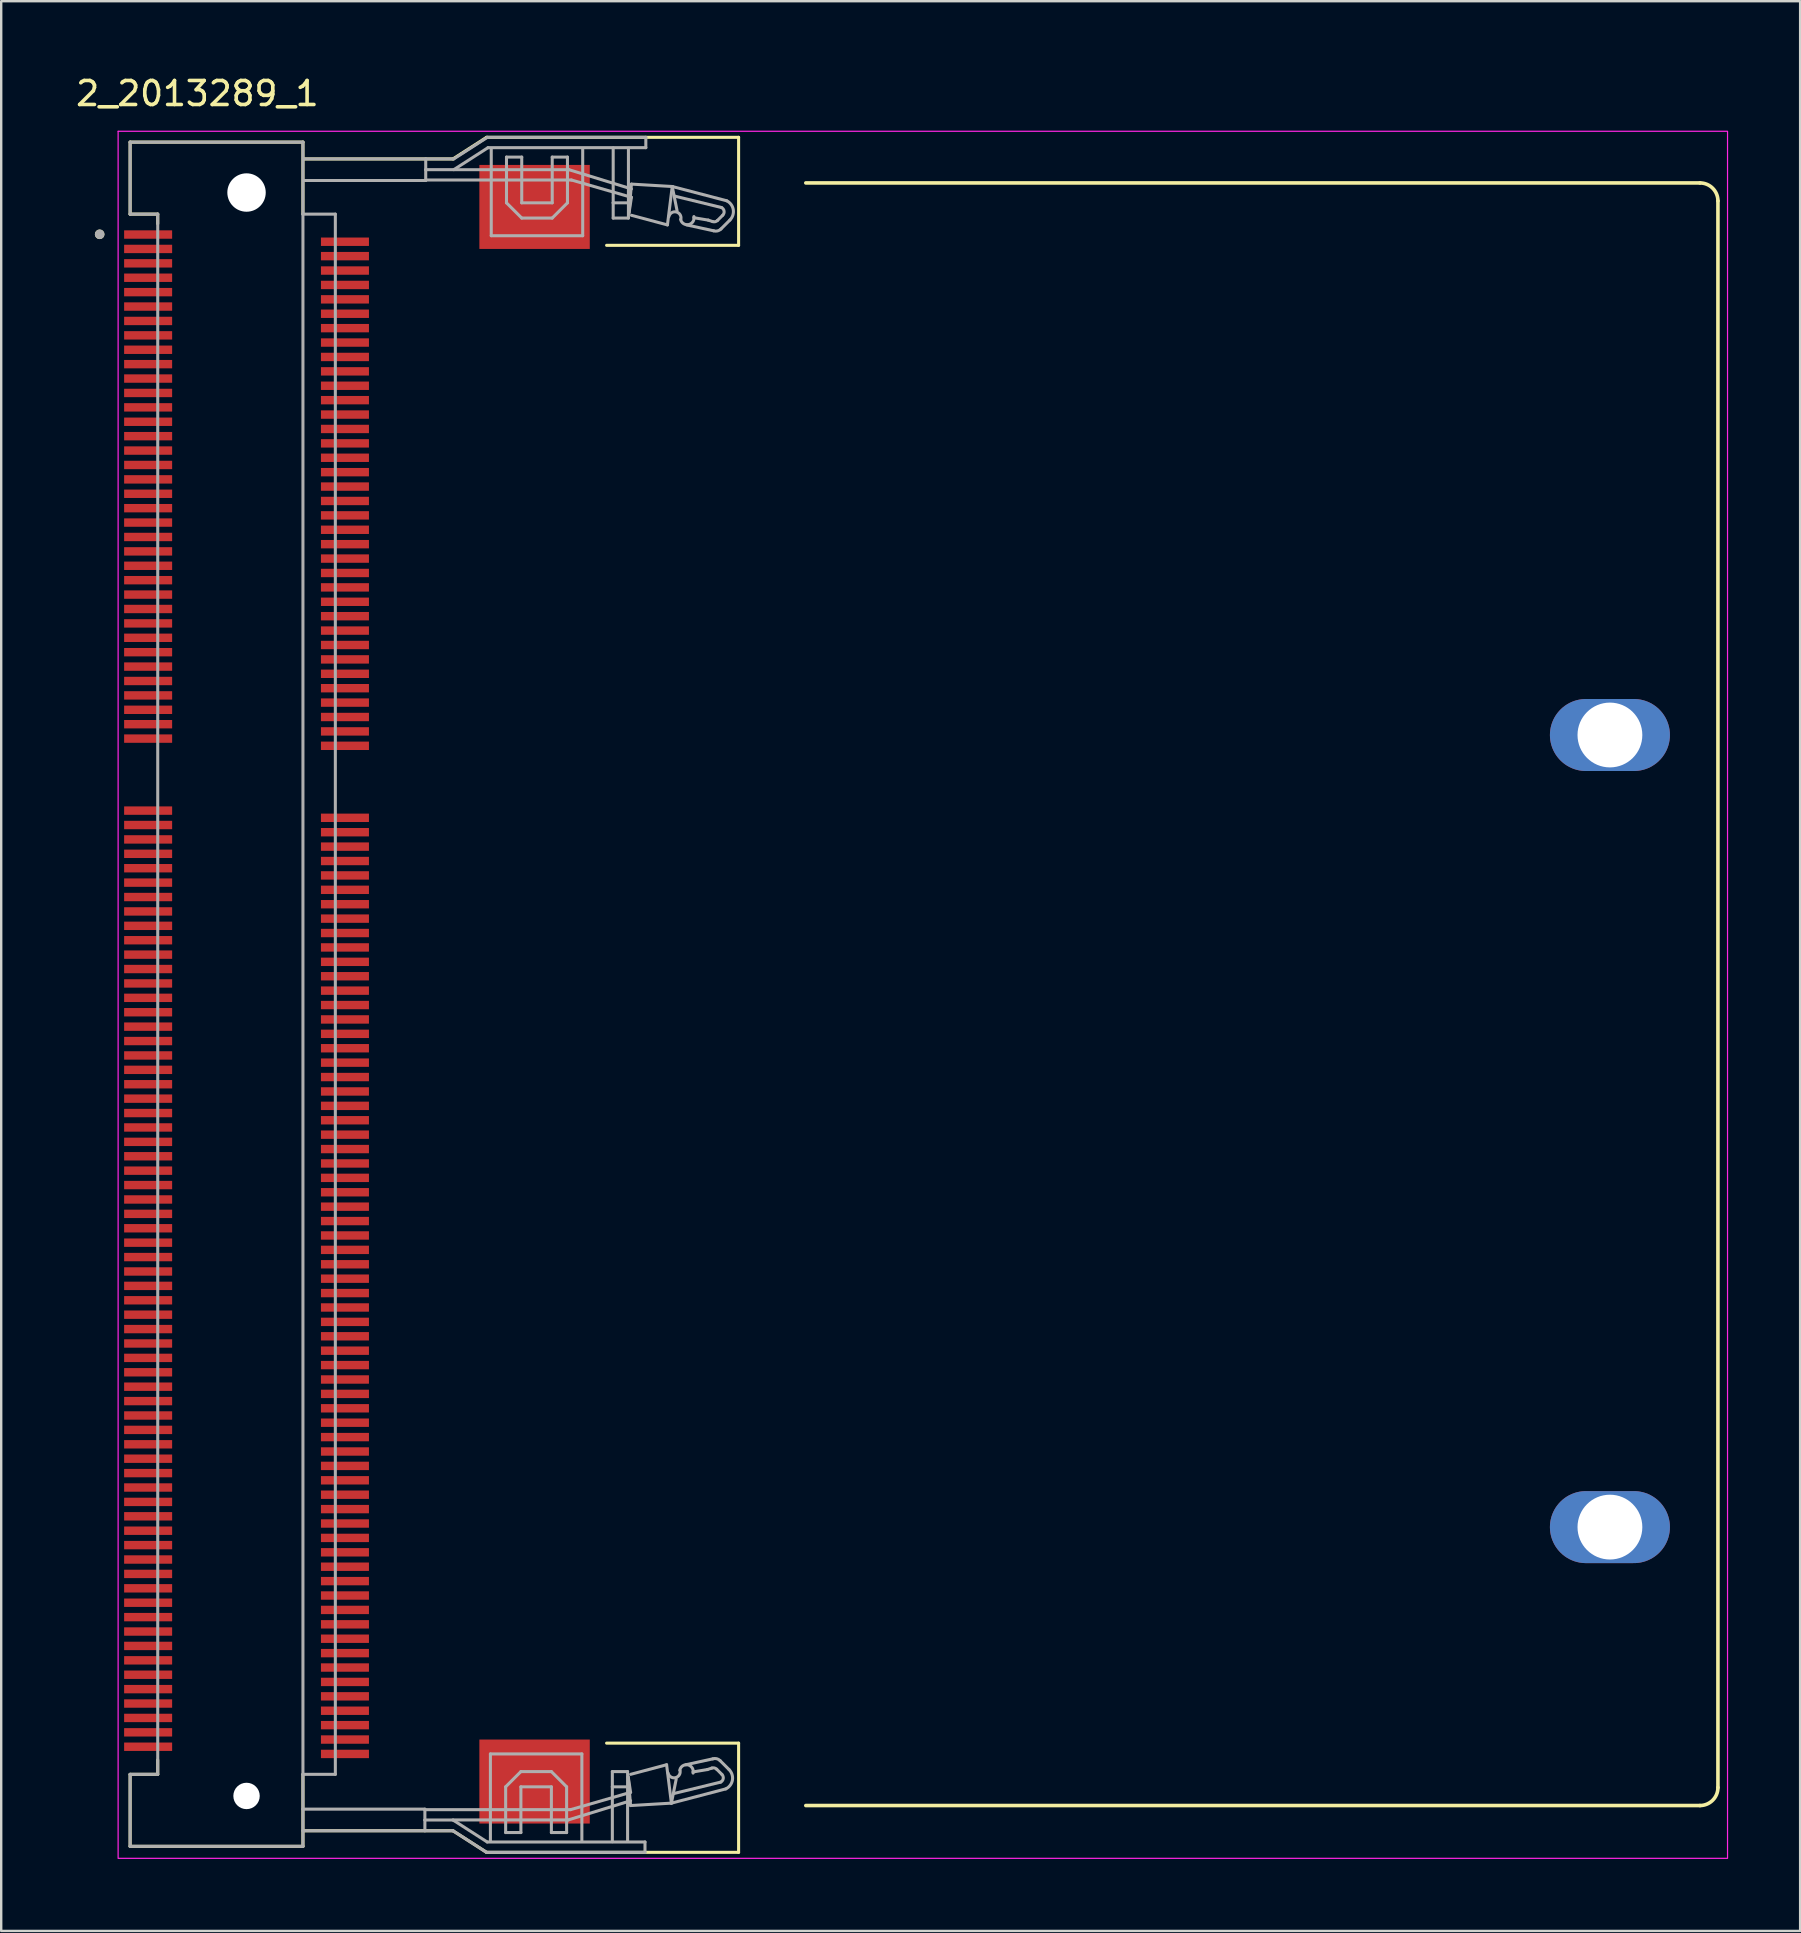
<source format=kicad_pcb>
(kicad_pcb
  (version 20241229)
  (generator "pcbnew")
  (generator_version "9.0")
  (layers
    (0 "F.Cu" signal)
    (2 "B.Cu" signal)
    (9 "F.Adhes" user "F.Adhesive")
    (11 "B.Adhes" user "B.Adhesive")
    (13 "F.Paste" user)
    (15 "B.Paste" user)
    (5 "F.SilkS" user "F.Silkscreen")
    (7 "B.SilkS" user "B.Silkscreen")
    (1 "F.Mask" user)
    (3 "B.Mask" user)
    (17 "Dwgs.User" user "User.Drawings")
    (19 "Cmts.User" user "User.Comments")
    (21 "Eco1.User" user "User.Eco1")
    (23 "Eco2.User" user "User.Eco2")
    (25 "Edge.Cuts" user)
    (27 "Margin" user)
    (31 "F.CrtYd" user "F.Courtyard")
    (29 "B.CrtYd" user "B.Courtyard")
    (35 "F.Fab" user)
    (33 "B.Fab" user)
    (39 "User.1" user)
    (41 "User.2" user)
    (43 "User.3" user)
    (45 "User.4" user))
  (footprint "2_2013289_1"
    (layer "F.Cu")
    (at 7.221 38.371)
    (property "Reference" "2_2013289_1" (at -2.049 -37.523 0) (layer "F.SilkS") (effects (font (size 1 1) (thickness 0.15))))
    (attr smd)
    (fp_line (start -4.85 -35.5) (end -4.85 -32.5) (stroke (width 0.127) (type solid)) (layer "F.SilkS"))
    (fp_line (start -4.85 -32.5) (end -3.7 -32.5) (stroke (width 0.127) (type solid)) (layer "F.SilkS"))
    (fp_line (start -4.85 32.5) (end -4.85 35.5) (stroke (width 0.127) (type solid)) (layer "F.SilkS"))
    (fp_line (start -4.85 35.5) (end 2.35 35.5) (stroke (width 0.127) (type solid)) (layer "F.SilkS"))
    (fp_line (start -3.7 -32.5) (end -3.7 -32.1) (stroke (width 0.127) (type solid)) (layer "F.SilkS"))
    (fp_line (start -3.7 31.9) (end -3.7 32.5) (stroke (width 0.127) (type solid)) (layer "F.SilkS"))
    (fp_line (start -3.7 32.5) (end -4.85 32.5) (stroke (width 0.127) (type solid)) (layer "F.SilkS"))
    (fp_line (start 2.35 -35.5) (end -4.85 -35.5) (stroke (width 0.127) (type solid)) (layer "F.SilkS"))
    (fp_line (start 2.35 -32.5) (end 2.35 -35.5) (stroke (width 0.127) (type solid)) (layer "F.SilkS"))
    (fp_line (start 2.35 35.5) (end 2.35 32.5) (stroke (width 0.127) (type solid)) (layer "F.SilkS"))
    (fp_line (start 2.4 -34.8) (end 8.6 -34.8) (stroke (width 0.127) (type solid)) (layer "F.SilkS"))
    (fp_line (start 2.4 34.85) (end 8.6 34.85) (stroke (width 0.127) (type solid)) (layer "F.SilkS"))
    (fp_line (start 8.6 -34.8) (end 10 -35.7) (stroke (width 0.127) (type solid)) (layer "F.SilkS"))
    (fp_line (start 8.6 34.85) (end 10 35.75) (stroke (width 0.127) (type solid)) (layer "F.SilkS"))
    (fp_line (start 10 -35.7) (end 20.5 -35.7) (stroke (width 0.127) (type solid)) (layer "F.SilkS"))
    (fp_line (start 10 35.75) (end 20.5 35.75) (stroke (width 0.127) (type solid)) (layer "F.SilkS"))
    (fp_line (start 20.5 -35.7) (end 20.5 -31.2) (stroke (width 0.127) (type solid)) (layer "F.SilkS"))
    (fp_line (start 20.5 -31.2) (end 15 -31.2) (stroke (width 0.127) (type solid)) (layer "F.SilkS"))
    (fp_line (start 20.5 31.2) (end 15 31.2) (stroke (width 0.127) (type solid)) (layer "F.SilkS"))
    (fp_line (start 20.5 35.75) (end 20.5 31.2) (stroke (width 0.127) (type solid)) (layer "F.SilkS"))
    (fp_line (start 23.3 33.8) (end 60.55 33.8) (stroke (width 0.15) (type solid)) (layer "F.SilkS"))
    (fp_line (start 60.55 -33.8) (end 23.3 -33.8) (stroke (width 0.15) (type solid)) (layer "F.SilkS"))
    (fp_line (start 61.3 33.05) (end 61.3 -33.05) (stroke (width 0.15) (type solid)) (layer "F.SilkS"))
    (fp_arc (start 60.55 -33.8) (mid 61.079867 -33.580793) (end 61.299999 -33.051309) (stroke (width 0.15) (type solid)) (layer "F.SilkS"))
    (fp_arc (start 61.3 33.05) (mid 61.08033 33.58033) (end 60.55 33.8) (stroke (width 0.15) (type solid)) (layer "F.SilkS"))
    (fp_circle (center -6.119 -31.66) (end -6.019 -31.66) (stroke (width 0.2) (type solid)) (fill no) (layer "F.SilkS"))
    (fp_line (start -5.35 -35.95) (end -5.35 -35.951) (stroke (width 0.05) (type solid)) (layer "F.CrtYd"))
    (fp_rect (start -5.35 -35.951) (end 61.7 36) (stroke (width 0.05) (type default)) (fill no) (layer "F.CrtYd"))
    (fp_line (start -4.85 -35.5) (end -4.85 -32.5) (stroke (width 0.127) (type solid)) (layer "F.Fab"))
    (fp_line (start -4.85 -32.5) (end -3.7 -32.5) (stroke (width 0.127) (type solid)) (layer "F.Fab"))
    (fp_line (start -4.85 32.5) (end -4.85 35.5) (stroke (width 0.127) (type solid)) (layer "F.Fab"))
    (fp_line (start -4.85 35.5) (end 2.35 35.5) (stroke (width 0.127) (type solid)) (layer "F.Fab"))
    (fp_line (start -3.7 -32.5) (end -3.7 32.5) (stroke (width 0.127) (type solid)) (layer "F.Fab"))
    (fp_line (start -3.7 32.5) (end -4.85 32.5) (stroke (width 0.127) (type solid)) (layer "F.Fab"))
    (fp_line (start 2.35 -35.5) (end -4.85 -35.5) (stroke (width 0.127) (type solid)) (layer "F.Fab"))
    (fp_line (start 2.35 -32.5) (end 2.35 -35.5) (stroke (width 0.127) (type solid)) (layer "F.Fab"))
    (fp_line (start 2.35 -32.5) (end 3.7 -32.5) (stroke (width 0.127) (type solid)) (layer "F.Fab"))
    (fp_line (start 2.35 32.5) (end 2.35 -32.5) (stroke (width 0.127) (type solid)) (layer "F.Fab"))
    (fp_line (start 2.35 33.95) (end 2.35 32.5) (stroke (width 0.127) (type solid)) (layer "F.Fab"))
    (fp_line (start 2.35 33.95) (end 7.43 33.95) (stroke (width 0.127) (type solid)) (layer "F.Fab"))
    (fp_line (start 2.35 34.85) (end 2.35 33.95) (stroke (width 0.127) (type solid)) (layer "F.Fab"))
    (fp_line (start 2.35 34.85) (end 7.43 34.85) (stroke (width 0.127) (type solid)) (layer "F.Fab"))
    (fp_line (start 2.35 35.5) (end 2.35 34.85) (stroke (width 0.127) (type solid)) (layer "F.Fab"))
    (fp_line (start 2.385 -34.801) (end 7.465 -34.801) (stroke (width 0.127) (type solid)) (layer "F.Fab"))
    (fp_line (start 2.385 -33.901) (end 7.465 -33.901) (stroke (width 0.127) (type solid)) (layer "F.Fab"))
    (fp_line (start 3.7 -32.5) (end 3.7 32.5) (stroke (width 0.127) (type solid)) (layer "F.Fab"))
    (fp_line (start 3.7 32.5) (end 2.35 32.5) (stroke (width 0.127) (type solid)) (layer "F.Fab"))
    (fp_line (start 7.42 33.971) (end 13.5 33.971) (stroke (width 0.127) (type solid)) (layer "F.Fab"))
    (fp_line (start 7.43 34.402) (end 7.43 33.95) (stroke (width 0.127) (type solid)) (layer "F.Fab"))
    (fp_line (start 7.43 34.402) (end 8.6 34.402) (stroke (width 0.127) (type solid)) (layer "F.Fab"))
    (fp_line (start 7.43 34.85) (end 7.43 34.402) (stroke (width 0.127) (type solid)) (layer "F.Fab"))
    (fp_line (start 7.43 34.85) (end 8.6 34.85) (stroke (width 0.127) (type solid)) (layer "F.Fab"))
    (fp_line (start 7.455 -33.922) (end 13.535 -33.922) (stroke (width 0.127) (type solid)) (layer "F.Fab"))
    (fp_line (start 7.465 -34.801) (end 7.465 -34.353) (stroke (width 0.127) (type solid)) (layer "F.Fab"))
    (fp_line (start 7.465 -34.801) (end 8.635 -34.801) (stroke (width 0.127) (type solid)) (layer "F.Fab"))
    (fp_line (start 7.465 -34.353) (end 7.465 -33.901) (stroke (width 0.127) (type solid)) (layer "F.Fab"))
    (fp_line (start 7.465 -34.353) (end 8.635 -34.353) (stroke (width 0.127) (type solid)) (layer "F.Fab"))
    (fp_line (start 8.6 34.4) (end 13.4 34.4) (stroke (width 0.127) (type solid)) (layer "F.Fab"))
    (fp_line (start 8.6 34.85) (end 10 35.75) (stroke (width 0.127) (type solid)) (layer "F.Fab"))
    (fp_line (start 8.625 34.418) (end 10.025 35.318) (stroke (width 0.127) (type solid)) (layer "F.Fab"))
    (fp_line (start 8.635 -34.801) (end 10.035 -35.701) (stroke (width 0.127) (type solid)) (layer "F.Fab"))
    (fp_line (start 8.635 -34.351) (end 13.435 -34.351) (stroke (width 0.127) (type solid)) (layer "F.Fab"))
    (fp_line (start 8.66 -34.369) (end 10.06 -35.269) (stroke (width 0.127) (type solid)) (layer "F.Fab"))
    (fp_line (start 10 35.75) (end 16.6 35.75) (stroke (width 0.127) (type solid)) (layer "F.Fab"))
    (fp_line (start 10.025 35.318) (end 16.6 35.318) (stroke (width 0.127) (type solid)) (layer "F.Fab"))
    (fp_line (start 10.035 -35.701) (end 16.635 -35.701) (stroke (width 0.127) (type solid)) (layer "F.Fab"))
    (fp_line (start 10.06 -35.269) (end 16.635 -35.269) (stroke (width 0.127) (type solid)) (layer "F.Fab"))
    (fp_line (start 10.16 31.65) (end 13.97 31.65) (stroke (width 0.127) (type solid)) (layer "F.Fab"))
    (fp_line (start 10.16 35.267) (end 10.16 31.65) (stroke (width 0.127) (type solid)) (layer "F.Fab"))
    (fp_line (start 10.195 -35.218) (end 10.195 -31.601) (stroke (width 0.127) (type solid)) (layer "F.Fab"))
    (fp_line (start 10.195 -31.601) (end 14.005 -31.601) (stroke (width 0.127) (type solid)) (layer "F.Fab"))
    (fp_line (start 10.795 33.02) (end 11.43 32.385) (stroke (width 0.127) (type solid)) (layer "F.Fab"))
    (fp_line (start 10.795 34.925) (end 10.795 33.02) (stroke (width 0.127) (type solid)) (layer "F.Fab"))
    (fp_line (start 10.83 -34.876) (end 10.83 -32.971) (stroke (width 0.127) (type solid)) (layer "F.Fab"))
    (fp_line (start 10.83 -32.971) (end 11.465 -32.336) (stroke (width 0.127) (type solid)) (layer "F.Fab"))
    (fp_line (start 11.43 32.385) (end 12.7 32.385) (stroke (width 0.127) (type solid)) (layer "F.Fab"))
    (fp_line (start 11.43 33.02) (end 11.43 34.925) (stroke (width 0.127) (type solid)) (layer "F.Fab"))
    (fp_line (start 11.43 34.925) (end 10.795 34.925) (stroke (width 0.127) (type solid)) (layer "F.Fab"))
    (fp_line (start 11.465 -34.876) (end 10.83 -34.876) (stroke (width 0.127) (type solid)) (layer "F.Fab"))
    (fp_line (start 11.465 -32.971) (end 11.465 -34.876) (stroke (width 0.127) (type solid)) (layer "F.Fab"))
    (fp_line (start 11.465 -32.336) (end 12.735 -32.336) (stroke (width 0.127) (type solid)) (layer "F.Fab"))
    (fp_line (start 12.7 32.385) (end 13.335 33.02) (stroke (width 0.127) (type solid)) (layer "F.Fab"))
    (fp_line (start 12.7 33.02) (end 11.43 33.02) (stroke (width 0.127) (type solid)) (layer "F.Fab"))
    (fp_line (start 12.7 34.925) (end 12.7 33.02) (stroke (width 0.127) (type solid)) (layer "F.Fab"))
    (fp_line (start 12.735 -34.876) (end 12.735 -32.971) (stroke (width 0.127) (type solid)) (layer "F.Fab"))
    (fp_line (start 12.735 -32.971) (end 11.465 -32.971) (stroke (width 0.127) (type solid)) (layer "F.Fab"))
    (fp_line (start 12.735 -32.336) (end 13.37 -32.971) (stroke (width 0.127) (type solid)) (layer "F.Fab"))
    (fp_line (start 13.335 33.02) (end 13.335 34.925) (stroke (width 0.127) (type solid)) (layer "F.Fab"))
    (fp_line (start 13.335 34.925) (end 12.7 34.925) (stroke (width 0.127) (type solid)) (layer "F.Fab"))
    (fp_line (start 13.37 -34.876) (end 12.735 -34.876) (stroke (width 0.127) (type solid)) (layer "F.Fab"))
    (fp_line (start 13.37 -32.971) (end 13.37 -34.876) (stroke (width 0.127) (type solid)) (layer "F.Fab"))
    (fp_line (start 13.4 34.4) (end 16 33.6) (stroke (width 0.127) (type solid)) (layer "F.Fab"))
    (fp_line (start 13.435 -34.351) (end 16.035 -33.551) (stroke (width 0.127) (type solid)) (layer "F.Fab"))
    (fp_line (start 13.5 33.971) (end 16 33.25) (stroke (width 0.127) (type solid)) (layer "F.Fab"))
    (fp_line (start 13.535 -33.922) (end 16.035 -33.201) (stroke (width 0.127) (type solid)) (layer "F.Fab"))
    (fp_line (start 13.97 31.65) (end 13.97 35.255) (stroke (width 0.127) (type solid)) (layer "F.Fab"))
    (fp_line (start 14.005 -31.601) (end 14.005 -35.206) (stroke (width 0.127) (type solid)) (layer "F.Fab"))
    (fp_line (start 15.24 32.385) (end 15.875 32.385) (stroke (width 0.127) (type solid)) (layer "F.Fab"))
    (fp_line (start 15.24 33.02) (end 15.24 32.385) (stroke (width 0.127) (type solid)) (layer "F.Fab"))
    (fp_line (start 15.24 33.02) (end 15.875 33.02) (stroke (width 0.127) (type solid)) (layer "F.Fab"))
    (fp_line (start 15.24 35.306) (end 15.24 33.02) (stroke (width 0.127) (type solid)) (layer "F.Fab"))
    (fp_line (start 15.275 -35.257) (end 15.275 -32.971) (stroke (width 0.127) (type solid)) (layer "F.Fab"))
    (fp_line (start 15.275 -32.971) (end 15.275 -32.336) (stroke (width 0.127) (type solid)) (layer "F.Fab"))
    (fp_line (start 15.275 -32.971) (end 15.91 -32.971) (stroke (width 0.127) (type solid)) (layer "F.Fab"))
    (fp_line (start 15.275 -32.336) (end 15.91 -32.336) (stroke (width 0.127) (type solid)) (layer "F.Fab"))
    (fp_line (start 15.875 32.385) (end 15.875 33.02) (stroke (width 0.127) (type solid)) (layer "F.Fab"))
    (fp_line (start 15.875 33.02) (end 15.875 35.293) (stroke (width 0.127) (type solid)) (layer "F.Fab"))
    (fp_line (start 15.9 32.6) (end 16 33.8) (stroke (width 0.127) (type solid)) (layer "F.Fab"))
    (fp_line (start 15.91 -32.971) (end 15.91 -35.244) (stroke (width 0.127) (type solid)) (layer "F.Fab"))
    (fp_line (start 15.91 -32.336) (end 15.91 -32.971) (stroke (width 0.127) (type solid)) (layer "F.Fab"))
    (fp_line (start 15.935 -32.551) (end 16.035 -33.751) (stroke (width 0.127) (type solid)) (layer "F.Fab"))
    (fp_line (start 16 33.25) (end 15.9 32.6) (stroke (width 0.127) (type solid)) (layer "F.Fab"))
    (fp_line (start 16 33.8) (end 17.7 33.7) (stroke (width 0.127) (type solid)) (layer "F.Fab"))
    (fp_line (start 16.035 -33.751) (end 17.735 -33.651) (stroke (width 0.127) (type solid)) (layer "F.Fab"))
    (fp_line (start 16.035 -33.201) (end 15.935 -32.551) (stroke (width 0.127) (type solid)) (layer "F.Fab"))
    (fp_line (start 16.6 35.318) (end 16.6 35.75) (stroke (width 0.127) (type solid)) (layer "F.Fab"))
    (fp_line (start 16.635 -35.269) (end 16.635 -35.701) (stroke (width 0.127) (type solid)) (layer "F.Fab"))
    (fp_line (start 17.5 32.1) (end 16 32.5) (stroke (width 0.127) (type solid)) (layer "F.Fab"))
    (fp_line (start 17.535 -32.051) (end 16.035 -32.451) (stroke (width 0.127) (type solid)) (layer "F.Fab"))
    (fp_line (start 17.7 33.7) (end 17.5 32.1) (stroke (width 0.127) (type solid)) (layer "F.Fab"))
    (fp_line (start 17.7 33.7) (end 17.9 32.7) (stroke (width 0.127) (type solid)) (layer "F.Fab"))
    (fp_line (start 17.7 33.7) (end 19.967 33.106) (stroke (width 0.127) (type solid)) (layer "F.Fab"))
    (fp_line (start 17.735 -33.651) (end 17.535 -32.051) (stroke (width 0.127) (type solid)) (layer "F.Fab"))
    (fp_line (start 17.735 -33.651) (end 17.935 -32.651) (stroke (width 0.127) (type solid)) (layer "F.Fab"))
    (fp_line (start 17.735 -33.651) (end 20.002 -33.057) (stroke (width 0.127) (type solid)) (layer "F.Fab"))
    (fp_line (start 17.8 33.3) (end 19.752 32.824) (stroke (width 0.127) (type solid)) (layer "F.Fab"))
    (fp_line (start 17.835 -33.251) (end 19.787 -32.775) (stroke (width 0.127) (type solid)) (layer "F.Fab"))
    (fp_line (start 18.6 32.4) (end 19.2 32.3) (stroke (width 0.127) (type solid)) (layer "F.Fab"))
    (fp_line (start 18.635 -32.351) (end 19.235 -32.251) (stroke (width 0.127) (type solid)) (layer "F.Fab"))
    (fp_line (start 19.383 32.239) (end 19.2 32.3) (stroke (width 0.127) (type solid)) (layer "F.Fab"))
    (fp_line (start 19.418 -32.19) (end 19.235 -32.251) (stroke (width 0.127) (type solid)) (layer "F.Fab"))
    (fp_line (start 19.427 31.854) (end 18.3 32.1) (stroke (width 0.127) (type solid)) (layer "F.Fab"))
    (fp_line (start 19.462 -31.805) (end 18.335 -32.051) (stroke (width 0.127) (type solid)) (layer "F.Fab"))
    (fp_line (start 19.804 32.504) (end 19.587 32.287) (stroke (width 0.127) (type solid)) (layer "F.Fab"))
    (fp_line (start 19.839 -32.455) (end 19.622 -32.238) (stroke (width 0.127) (type solid)) (layer "F.Fab"))
    (fp_line (start 20.103 32.303) (end 19.728 31.928) (stroke (width 0.127) (type solid)) (layer "F.Fab"))
    (fp_line (start 20.138 -32.254) (end 19.763 -31.879) (stroke (width 0.127) (type solid)) (layer "F.Fab"))
    (fp_arc (start 17.5966 -32.3972) (mid 17.8966 -32.5972) (end 18.0966 -32.2972) (stroke (width 0.127) (type solid)) (layer "F.Fab"))
    (fp_arc (start 18.0492 32.3254) (mid 18.3873 32.1095) (end 18.6032 32.4476) (stroke (width 0.127) (type solid)) (layer "F.Fab"))
    (fp_arc (start 18.0616 32.3462) (mid 17.8616 32.6462) (end 17.5616 32.4462) (stroke (width 0.127) (type solid)) (layer "F.Fab"))
    (fp_arc (start 18.6382 -32.3986) (mid 18.4223 -32.0605) (end 18.0842 -32.2764) (stroke (width 0.127) (type solid)) (layer "F.Fab"))
    (fp_arc (start 19.3827 32.2391) (mid 19.49191 32.234175) (end 19.5874 32.2874) (stroke (width 0.127) (type solid)) (layer "F.Fab"))
    (fp_arc (start 19.4267 31.8541) (mid 19.587915 31.849164) (end 19.7284 31.9284) (stroke (width 0.127) (type solid)) (layer "F.Fab"))
    (fp_arc (start 19.6224 -32.2384) (mid 19.52691 -32.185175) (end 19.4177 -32.1901) (stroke (width 0.127) (type solid)) (layer "F.Fab"))
    (fp_arc (start 19.7634 -31.8794) (mid 19.622914 -31.800164) (end 19.4617 -31.8051) (stroke (width 0.127) (type solid)) (layer "F.Fab"))
    (fp_arc (start 19.7868 -32.775099) (mid 19.894783 -32.628259) (end 19.8388 -32.4548) (stroke (width 0.127) (type solid)) (layer "F.Fab"))
    (fp_arc (start 19.8038 32.5038) (mid 19.859784 32.67726) (end 19.7518 32.824099) (stroke (width 0.127) (type solid)) (layer "F.Fab"))
    (fp_arc (start 20.0019 -33.057299) (mid 20.277137 -32.690537) (end 20.1377 -32.2537) (stroke (width 0.127) (type solid)) (layer "F.Fab"))
    (fp_arc (start 20.1027 32.3027) (mid 20.242138 32.739538) (end 19.9669 33.106299) (stroke (width 0.127) (type solid)) (layer "F.Fab"))
    (fp_circle (center -6.119 -31.66) (end -6.019 -31.66) (stroke (width 0.2) (type solid)) (fill no) (layer "F.Fab"))
    (pad "" np_thru_hole circle (at 0 -33.4) (size 1.6 1.6) (drill 1.6) (layers "*.Cu" "*.Mask"))
    (pad "" np_thru_hole circle (at 0 33.4) (size 1.1 1.1) (drill 1.1) (layers "*.Cu" "*.Mask"))
    (pad "" np_thru_hole oval (at 56.8 -10.8 270) (size 3 5) (drill 2.7) (layers "*.Cu" "*.Mask"))
    (pad "" np_thru_hole oval (at 56.8 22.2 270) (size 3 5) (drill 2.7) (layers "*.Cu" "*.Mask"))
    (pad "1" smd rect (at -4.1 -31.65) (size 2 0.35) (layers "F.Cu" "F.Mask" "F.Paste"))
    (pad "2" smd rect (at 4.1 -31.35) (size 2 0.35) (layers "F.Cu" "F.Mask" "F.Paste"))
    (pad "3" smd rect (at -4.1 -31.05) (size 2 0.35) (layers "F.Cu" "F.Mask" "F.Paste"))
    (pad "4" smd rect (at 4.1 -30.75) (size 2 0.35) (layers "F.Cu" "F.Mask" "F.Paste"))
    (pad "5" smd rect (at -4.1 -30.45) (size 2 0.35) (layers "F.Cu" "F.Mask" "F.Paste"))
    (pad "6" smd rect (at 4.1 -30.15) (size 2 0.35) (layers "F.Cu" "F.Mask" "F.Paste"))
    (pad "7" smd rect (at -4.1 -29.85) (size 2 0.35) (layers "F.Cu" "F.Mask" "F.Paste"))
    (pad "8" smd rect (at 4.1 -29.55) (size 2 0.35) (layers "F.Cu" "F.Mask" "F.Paste"))
    (pad "9" smd rect (at -4.1 -29.25) (size 2 0.35) (layers "F.Cu" "F.Mask" "F.Paste"))
    (pad "10" smd rect (at 4.1 -28.95) (size 2 0.35) (layers "F.Cu" "F.Mask" "F.Paste"))
    (pad "11" smd rect (at -4.1 -28.65) (size 2 0.35) (layers "F.Cu" "F.Mask" "F.Paste"))
    (pad "12" smd rect (at 4.1 -28.35) (size 2 0.35) (layers "F.Cu" "F.Mask" "F.Paste"))
    (pad "13" smd rect (at -4.1 -28.05) (size 2 0.35) (layers "F.Cu" "F.Mask" "F.Paste"))
    (pad "14" smd rect (at 4.1 -27.75) (size 2 0.35) (layers "F.Cu" "F.Mask" "F.Paste"))
    (pad "15" smd rect (at -4.1 -27.45) (size 2 0.35) (layers "F.Cu" "F.Mask" "F.Paste"))
    (pad "16" smd rect (at 4.1 -27.15) (size 2 0.35) (layers "F.Cu" "F.Mask" "F.Paste"))
    (pad "17" smd rect (at -4.1 -26.85) (size 2 0.35) (layers "F.Cu" "F.Mask" "F.Paste"))
    (pad "18" smd rect (at 4.1 -26.55) (size 2 0.35) (layers "F.Cu" "F.Mask" "F.Paste"))
    (pad "19" smd rect (at -4.1 -26.25) (size 2 0.35) (layers "F.Cu" "F.Mask" "F.Paste"))
    (pad "20" smd rect (at 4.1 -25.95) (size 2 0.35) (layers "F.Cu" "F.Mask" "F.Paste"))
    (pad "21" smd rect (at -4.1 -25.65) (size 2 0.35) (layers "F.Cu" "F.Mask" "F.Paste"))
    (pad "22" smd rect (at 4.1 -25.35) (size 2 0.35) (layers "F.Cu" "F.Mask" "F.Paste"))
    (pad "23" smd rect (at -4.1 -25.05) (size 2 0.35) (layers "F.Cu" "F.Mask" "F.Paste"))
    (pad "24" smd rect (at 4.1 -24.75) (size 2 0.35) (layers "F.Cu" "F.Mask" "F.Paste"))
    (pad "25" smd rect (at -4.1 -24.45) (size 2 0.35) (layers "F.Cu" "F.Mask" "F.Paste"))
    (pad "26" smd rect (at 4.1 -24.15) (size 2 0.35) (layers "F.Cu" "F.Mask" "F.Paste"))
    (pad "27" smd rect (at -4.1 -23.85) (size 2 0.35) (layers "F.Cu" "F.Mask" "F.Paste"))
    (pad "28" smd rect (at 4.1 -23.55) (size 2 0.35) (layers "F.Cu" "F.Mask" "F.Paste"))
    (pad "29" smd rect (at -4.1 -23.25) (size 2 0.35) (layers "F.Cu" "F.Mask" "F.Paste"))
    (pad "30" smd rect (at 4.1 -22.95) (size 2 0.35) (layers "F.Cu" "F.Mask" "F.Paste"))
    (pad "31" smd rect (at -4.1 -22.65) (size 2 0.35) (layers "F.Cu" "F.Mask" "F.Paste"))
    (pad "32" smd rect (at 4.1 -22.35) (size 2 0.35) (layers "F.Cu" "F.Mask" "F.Paste"))
    (pad "33" smd rect (at -4.1 -22.05) (size 2 0.35) (layers "F.Cu" "F.Mask" "F.Paste"))
    (pad "34" smd rect (at 4.1 -21.75) (size 2 0.35) (layers "F.Cu" "F.Mask" "F.Paste"))
    (pad "35" smd rect (at -4.1 -21.45) (size 2 0.35) (layers "F.Cu" "F.Mask" "F.Paste"))
    (pad "36" smd rect (at 4.1 -21.15) (size 2 0.35) (layers "F.Cu" "F.Mask" "F.Paste"))
    (pad "37" smd rect (at -4.1 -20.85) (size 2 0.35) (layers "F.Cu" "F.Mask" "F.Paste"))
    (pad "38" smd rect (at 4.1 -20.55) (size 2 0.35) (layers "F.Cu" "F.Mask" "F.Paste"))
    (pad "39" smd rect (at -4.1 -20.25) (size 2 0.35) (layers "F.Cu" "F.Mask" "F.Paste"))
    (pad "40" smd rect (at 4.1 -19.95) (size 2 0.35) (layers "F.Cu" "F.Mask" "F.Paste"))
    (pad "41" smd rect (at -4.1 -19.65) (size 2 0.35) (layers "F.Cu" "F.Mask" "F.Paste"))
    (pad "42" smd rect (at 4.1 -19.35) (size 2 0.35) (layers "F.Cu" "F.Mask" "F.Paste"))
    (pad "43" smd rect (at -4.1 -19.05) (size 2 0.35) (layers "F.Cu" "F.Mask" "F.Paste"))
    (pad "44" smd rect (at 4.1 -18.75) (size 2 0.35) (layers "F.Cu" "F.Mask" "F.Paste"))
    (pad "45" smd rect (at -4.1 -18.45) (size 2 0.35) (layers "F.Cu" "F.Mask" "F.Paste"))
    (pad "46" smd rect (at 4.1 -18.15) (size 2 0.35) (layers "F.Cu" "F.Mask" "F.Paste"))
    (pad "47" smd rect (at -4.1 -17.85) (size 2 0.35) (layers "F.Cu" "F.Mask" "F.Paste"))
    (pad "48" smd rect (at 4.1 -17.55) (size 2 0.35) (layers "F.Cu" "F.Mask" "F.Paste"))
    (pad "49" smd rect (at -4.1 -17.25) (size 2 0.35) (layers "F.Cu" "F.Mask" "F.Paste"))
    (pad "50" smd rect (at 4.1 -16.95) (size 2 0.35) (layers "F.Cu" "F.Mask" "F.Paste"))
    (pad "51" smd rect (at -4.1 -16.65) (size 2 0.35) (layers "F.Cu" "F.Mask" "F.Paste"))
    (pad "52" smd rect (at 4.1 -16.35) (size 2 0.35) (layers "F.Cu" "F.Mask" "F.Paste"))
    (pad "53" smd rect (at -4.1 -16.05) (size 2 0.35) (layers "F.Cu" "F.Mask" "F.Paste"))
    (pad "54" smd rect (at 4.1 -15.75) (size 2 0.35) (layers "F.Cu" "F.Mask" "F.Paste"))
    (pad "55" smd rect (at -4.1 -15.45) (size 2 0.35) (layers "F.Cu" "F.Mask" "F.Paste"))
    (pad "56" smd rect (at 4.1 -15.15) (size 2 0.35) (layers "F.Cu" "F.Mask" "F.Paste"))
    (pad "57" smd rect (at -4.1 -14.85) (size 2 0.35) (layers "F.Cu" "F.Mask" "F.Paste"))
    (pad "58" smd rect (at 4.1 -14.55) (size 2 0.35) (layers "F.Cu" "F.Mask" "F.Paste"))
    (pad "59" smd rect (at -4.1 -14.25) (size 2 0.35) (layers "F.Cu" "F.Mask" "F.Paste"))
    (pad "60" smd rect (at 4.1 -13.95) (size 2 0.35) (layers "F.Cu" "F.Mask" "F.Paste"))
    (pad "61" smd rect (at -4.1 -13.65) (size 2 0.35) (layers "F.Cu" "F.Mask" "F.Paste"))
    (pad "62" smd rect (at 4.1 -13.35) (size 2 0.35) (layers "F.Cu" "F.Mask" "F.Paste"))
    (pad "63" smd rect (at -4.1 -13.05) (size 2 0.35) (layers "F.Cu" "F.Mask" "F.Paste"))
    (pad "64" smd rect (at 4.1 -12.75) (size 2 0.35) (layers "F.Cu" "F.Mask" "F.Paste"))
    (pad "65" smd rect (at -4.1 -12.45) (size 2 0.35) (layers "F.Cu" "F.Mask" "F.Paste"))
    (pad "66" smd rect (at 4.1 -12.15) (size 2 0.35) (layers "F.Cu" "F.Mask" "F.Paste"))
    (pad "67" smd rect (at -4.1 -11.85) (size 2 0.35) (layers "F.Cu" "F.Mask" "F.Paste"))
    (pad "68" smd rect (at 4.1 -11.55) (size 2 0.35) (layers "F.Cu" "F.Mask" "F.Paste"))
    (pad "69" smd rect (at -4.1 -11.25) (size 2 0.35) (layers "F.Cu" "F.Mask" "F.Paste"))
    (pad "70" smd rect (at 4.1 -10.95) (size 2 0.35) (layers "F.Cu" "F.Mask" "F.Paste"))
    (pad "71" smd rect (at -4.1 -10.65) (size 2 0.35) (layers "F.Cu" "F.Mask" "F.Paste"))
    (pad "72" smd rect (at 4.1 -10.35) (size 2 0.35) (layers "F.Cu" "F.Mask" "F.Paste"))
    (pad "73" smd rect (at -4.1 -7.65) (size 2 0.35) (layers "F.Cu" "F.Mask" "F.Paste"))
    (pad "74" smd rect (at 4.1 -7.35) (size 2 0.35) (layers "F.Cu" "F.Mask" "F.Paste"))
    (pad "75" smd rect (at -4.1 -7.05) (size 2 0.35) (layers "F.Cu" "F.Mask" "F.Paste"))
    (pad "76" smd rect (at 4.1 -6.75) (size 2 0.35) (layers "F.Cu" "F.Mask" "F.Paste"))
    (pad "77" smd rect (at -4.1 -6.45) (size 2 0.35) (layers "F.Cu" "F.Mask" "F.Paste"))
    (pad "78" smd rect (at 4.1 -6.15) (size 2 0.35) (layers "F.Cu" "F.Mask" "F.Paste"))
    (pad "79" smd rect (at -4.1 -5.85) (size 2 0.35) (layers "F.Cu" "F.Mask" "F.Paste"))
    (pad "80" smd rect (at 4.1 -5.55) (size 2 0.35) (layers "F.Cu" "F.Mask" "F.Paste"))
    (pad "81" smd rect (at -4.1 -5.25) (size 2 0.35) (layers "F.Cu" "F.Mask" "F.Paste"))
    (pad "82" smd rect (at 4.1 -4.95) (size 2 0.35) (layers "F.Cu" "F.Mask" "F.Paste"))
    (pad "83" smd rect (at -4.1 -4.65) (size 2 0.35) (layers "F.Cu" "F.Mask" "F.Paste"))
    (pad "84" smd rect (at 4.1 -4.35) (size 2 0.35) (layers "F.Cu" "F.Mask" "F.Paste"))
    (pad "85" smd rect (at -4.1 -4.05) (size 2 0.35) (layers "F.Cu" "F.Mask" "F.Paste"))
    (pad "86" smd rect (at 4.1 -3.75) (size 2 0.35) (layers "F.Cu" "F.Mask" "F.Paste"))
    (pad "87" smd rect (at -4.1 -3.45) (size 2 0.35) (layers "F.Cu" "F.Mask" "F.Paste"))
    (pad "88" smd rect (at 4.1 -3.15) (size 2 0.35) (layers "F.Cu" "F.Mask" "F.Paste"))
    (pad "89" smd rect (at -4.1 -2.85) (size 2 0.35) (layers "F.Cu" "F.Mask" "F.Paste"))
    (pad "90" smd rect (at 4.1 -2.55) (size 2 0.35) (layers "F.Cu" "F.Mask" "F.Paste"))
    (pad "91" smd rect (at -4.1 -2.25) (size 2 0.35) (layers "F.Cu" "F.Mask" "F.Paste"))
    (pad "92" smd rect (at 4.1 -1.95) (size 2 0.35) (layers "F.Cu" "F.Mask" "F.Paste"))
    (pad "93" smd rect (at -4.1 -1.65) (size 2 0.35) (layers "F.Cu" "F.Mask" "F.Paste"))
    (pad "94" smd rect (at 4.1 -1.35) (size 2 0.35) (layers "F.Cu" "F.Mask" "F.Paste"))
    (pad "95" smd rect (at -4.1 -1.05) (size 2 0.35) (layers "F.Cu" "F.Mask" "F.Paste"))
    (pad "96" smd rect (at 4.1 -0.75) (size 2 0.35) (layers "F.Cu" "F.Mask" "F.Paste"))
    (pad "97" smd rect (at -4.1 -0.45) (size 2 0.35) (layers "F.Cu" "F.Mask" "F.Paste"))
    (pad "98" smd rect (at 4.1 -0.15) (size 2 0.35) (layers "F.Cu" "F.Mask" "F.Paste"))
    (pad "99" smd rect (at -4.1 0.15) (size 2 0.35) (layers "F.Cu" "F.Mask" "F.Paste"))
    (pad "100" smd rect (at 4.1 0.45) (size 2 0.35) (layers "F.Cu" "F.Mask" "F.Paste"))
    (pad "101" smd rect (at -4.1 0.75) (size 2 0.35) (layers "F.Cu" "F.Mask" "F.Paste"))
    (pad "102" smd rect (at 4.1 1.05) (size 2 0.35) (layers "F.Cu" "F.Mask" "F.Paste"))
    (pad "103" smd rect (at -4.1 1.35) (size 2 0.35) (layers "F.Cu" "F.Mask" "F.Paste"))
    (pad "104" smd rect (at 4.1 1.65) (size 2 0.35) (layers "F.Cu" "F.Mask" "F.Paste"))
    (pad "105" smd rect (at -4.1 1.95) (size 2 0.35) (layers "F.Cu" "F.Mask" "F.Paste"))
    (pad "106" smd rect (at 4.1 2.25) (size 2 0.35) (layers "F.Cu" "F.Mask" "F.Paste"))
    (pad "107" smd rect (at -4.1 2.55) (size 2 0.35) (layers "F.Cu" "F.Mask" "F.Paste"))
    (pad "108" smd rect (at 4.1 2.85) (size 2 0.35) (layers "F.Cu" "F.Mask" "F.Paste"))
    (pad "109" smd rect (at -4.1 3.15) (size 2 0.35) (layers "F.Cu" "F.Mask" "F.Paste"))
    (pad "110" smd rect (at 4.1 3.45) (size 2 0.35) (layers "F.Cu" "F.Mask" "F.Paste"))
    (pad "111" smd rect (at -4.1 3.75) (size 2 0.35) (layers "F.Cu" "F.Mask" "F.Paste"))
    (pad "112" smd rect (at 4.1 4.05) (size 2 0.35) (layers "F.Cu" "F.Mask" "F.Paste"))
    (pad "113" smd rect (at -4.1 4.35) (size 2 0.35) (layers "F.Cu" "F.Mask" "F.Paste"))
    (pad "114" smd rect (at 4.1 4.65) (size 2 0.35) (layers "F.Cu" "F.Mask" "F.Paste"))
    (pad "115" smd rect (at -4.1 4.95) (size 2 0.35) (layers "F.Cu" "F.Mask" "F.Paste"))
    (pad "116" smd rect (at 4.1 5.25) (size 2 0.35) (layers "F.Cu" "F.Mask" "F.Paste"))
    (pad "117" smd rect (at -4.1 5.55) (size 2 0.35) (layers "F.Cu" "F.Mask" "F.Paste"))
    (pad "118" smd rect (at 4.1 5.85) (size 2 0.35) (layers "F.Cu" "F.Mask" "F.Paste"))
    (pad "119" smd rect (at -4.1 6.15) (size 2 0.35) (layers "F.Cu" "F.Mask" "F.Paste"))
    (pad "120" smd rect (at 4.1 6.45) (size 2 0.35) (layers "F.Cu" "F.Mask" "F.Paste"))
    (pad "121" smd rect (at -4.1 6.75) (size 2 0.35) (layers "F.Cu" "F.Mask" "F.Paste"))
    (pad "122" smd rect (at 4.1 7.05) (size 2 0.35) (layers "F.Cu" "F.Mask" "F.Paste"))
    (pad "123" smd rect (at -4.1 7.35) (size 2 0.35) (layers "F.Cu" "F.Mask" "F.Paste"))
    (pad "124" smd rect (at 4.1 7.65) (size 2 0.35) (layers "F.Cu" "F.Mask" "F.Paste"))
    (pad "125" smd rect (at -4.1 7.95) (size 2 0.35) (layers "F.Cu" "F.Mask" "F.Paste"))
    (pad "126" smd rect (at 4.1 8.25) (size 2 0.35) (layers "F.Cu" "F.Mask" "F.Paste"))
    (pad "127" smd rect (at -4.1 8.55) (size 2 0.35) (layers "F.Cu" "F.Mask" "F.Paste"))
    (pad "128" smd rect (at 4.1 8.85) (size 2 0.35) (layers "F.Cu" "F.Mask" "F.Paste"))
    (pad "129" smd rect (at -4.1 9.15) (size 2 0.35) (layers "F.Cu" "F.Mask" "F.Paste"))
    (pad "130" smd rect (at 4.1 9.45) (size 2 0.35) (layers "F.Cu" "F.Mask" "F.Paste"))
    (pad "131" smd rect (at -4.1 9.75) (size 2 0.35) (layers "F.Cu" "F.Mask" "F.Paste"))
    (pad "132" smd rect (at 4.1 10.05) (size 2 0.35) (layers "F.Cu" "F.Mask" "F.Paste"))
    (pad "133" smd rect (at -4.1 10.35) (size 2 0.35) (layers "F.Cu" "F.Mask" "F.Paste"))
    (pad "134" smd rect (at 4.1 10.65) (size 2 0.35) (layers "F.Cu" "F.Mask" "F.Paste"))
    (pad "135" smd rect (at -4.1 10.95) (size 2 0.35) (layers "F.Cu" "F.Mask" "F.Paste"))
    (pad "136" smd rect (at 4.1 11.25) (size 2 0.35) (layers "F.Cu" "F.Mask" "F.Paste"))
    (pad "137" smd rect (at -4.1 11.55) (size 2 0.35) (layers "F.Cu" "F.Mask" "F.Paste"))
    (pad "138" smd rect (at 4.1 11.85) (size 2 0.35) (layers "F.Cu" "F.Mask" "F.Paste"))
    (pad "139" smd rect (at -4.1 12.15) (size 2 0.35) (layers "F.Cu" "F.Mask" "F.Paste"))
    (pad "140" smd rect (at 4.1 12.45) (size 2 0.35) (layers "F.Cu" "F.Mask" "F.Paste"))
    (pad "141" smd rect (at -4.1 12.75) (size 2 0.35) (layers "F.Cu" "F.Mask" "F.Paste"))
    (pad "142" smd rect (at 4.1 13.05) (size 2 0.35) (layers "F.Cu" "F.Mask" "F.Paste"))
    (pad "143" smd rect (at -4.1 13.35) (size 2 0.35) (layers "F.Cu" "F.Mask" "F.Paste"))
    (pad "144" smd rect (at 4.1 13.65) (size 2 0.35) (layers "F.Cu" "F.Mask" "F.Paste"))
    (pad "145" smd rect (at -4.1 13.95) (size 2 0.35) (layers "F.Cu" "F.Mask" "F.Paste"))
    (pad "146" smd rect (at 4.1 14.25) (size 2 0.35) (layers "F.Cu" "F.Mask" "F.Paste"))
    (pad "147" smd rect (at -4.1 14.55) (size 2 0.35) (layers "F.Cu" "F.Mask" "F.Paste"))
    (pad "148" smd rect (at 4.1 14.85) (size 2 0.35) (layers "F.Cu" "F.Mask" "F.Paste"))
    (pad "149" smd rect (at -4.1 15.15) (size 2 0.35) (layers "F.Cu" "F.Mask" "F.Paste"))
    (pad "150" smd rect (at 4.1 15.45) (size 2 0.35) (layers "F.Cu" "F.Mask" "F.Paste"))
    (pad "151" smd rect (at -4.1 15.75) (size 2 0.35) (layers "F.Cu" "F.Mask" "F.Paste"))
    (pad "152" smd rect (at 4.1 16.05) (size 2 0.35) (layers "F.Cu" "F.Mask" "F.Paste"))
    (pad "153" smd rect (at -4.1 16.35) (size 2 0.35) (layers "F.Cu" "F.Mask" "F.Paste"))
    (pad "154" smd rect (at 4.1 16.65) (size 2 0.35) (layers "F.Cu" "F.Mask" "F.Paste"))
    (pad "155" smd rect (at -4.1 16.95) (size 2 0.35) (layers "F.Cu" "F.Mask" "F.Paste"))
    (pad "156" smd rect (at 4.1 17.25) (size 2 0.35) (layers "F.Cu" "F.Mask" "F.Paste"))
    (pad "157" smd rect (at -4.1 17.55) (size 2 0.35) (layers "F.Cu" "F.Mask" "F.Paste"))
    (pad "158" smd rect (at 4.1 17.85) (size 2 0.35) (layers "F.Cu" "F.Mask" "F.Paste"))
    (pad "159" smd rect (at -4.1 18.15) (size 2 0.35) (layers "F.Cu" "F.Mask" "F.Paste"))
    (pad "160" smd rect (at 4.1 18.45) (size 2 0.35) (layers "F.Cu" "F.Mask" "F.Paste"))
    (pad "161" smd rect (at -4.1 18.75) (size 2 0.35) (layers "F.Cu" "F.Mask" "F.Paste"))
    (pad "162" smd rect (at 4.1 19.05) (size 2 0.35) (layers "F.Cu" "F.Mask" "F.Paste"))
    (pad "163" smd rect (at -4.1 19.35) (size 2 0.35) (layers "F.Cu" "F.Mask" "F.Paste"))
    (pad "164" smd rect (at 4.1 19.65) (size 2 0.35) (layers "F.Cu" "F.Mask" "F.Paste"))
    (pad "165" smd rect (at -4.1 19.95) (size 2 0.35) (layers "F.Cu" "F.Mask" "F.Paste"))
    (pad "166" smd rect (at 4.1 20.25) (size 2 0.35) (layers "F.Cu" "F.Mask" "F.Paste"))
    (pad "167" smd rect (at -4.1 20.55) (size 2 0.35) (layers "F.Cu" "F.Mask" "F.Paste"))
    (pad "168" smd rect (at 4.1 20.85) (size 2 0.35) (layers "F.Cu" "F.Mask" "F.Paste"))
    (pad "169" smd rect (at -4.1 21.15) (size 2 0.35) (layers "F.Cu" "F.Mask" "F.Paste"))
    (pad "170" smd rect (at 4.1 21.45) (size 2 0.35) (layers "F.Cu" "F.Mask" "F.Paste"))
    (pad "171" smd rect (at -4.1 21.75) (size 2 0.35) (layers "F.Cu" "F.Mask" "F.Paste"))
    (pad "172" smd rect (at 4.1 22.05) (size 2 0.35) (layers "F.Cu" "F.Mask" "F.Paste"))
    (pad "173" smd rect (at -4.1 22.35) (size 2 0.35) (layers "F.Cu" "F.Mask" "F.Paste"))
    (pad "174" smd rect (at 4.1 22.65) (size 2 0.35) (layers "F.Cu" "F.Mask" "F.Paste"))
    (pad "175" smd rect (at -4.1 22.95) (size 2 0.35) (layers "F.Cu" "F.Mask" "F.Paste"))
    (pad "176" smd rect (at 4.1 23.25) (size 2 0.35) (layers "F.Cu" "F.Mask" "F.Paste"))
    (pad "177" smd rect (at -4.1 23.55) (size 2 0.35) (layers "F.Cu" "F.Mask" "F.Paste"))
    (pad "178" smd rect (at 4.1 23.85) (size 2 0.35) (layers "F.Cu" "F.Mask" "F.Paste"))
    (pad "179" smd rect (at -4.1 24.15) (size 2 0.35) (layers "F.Cu" "F.Mask" "F.Paste"))
    (pad "180" smd rect (at 4.1 24.45) (size 2 0.35) (layers "F.Cu" "F.Mask" "F.Paste"))
    (pad "181" smd rect (at -4.1 24.75) (size 2 0.35) (layers "F.Cu" "F.Mask" "F.Paste"))
    (pad "182" smd rect (at 4.1 25.05) (size 2 0.35) (layers "F.Cu" "F.Mask" "F.Paste"))
    (pad "183" smd rect (at -4.1 25.35) (size 2 0.35) (layers "F.Cu" "F.Mask" "F.Paste"))
    (pad "184" smd rect (at 4.1 25.65) (size 2 0.35) (layers "F.Cu" "F.Mask" "F.Paste"))
    (pad "185" smd rect (at -4.1 25.95) (size 2 0.35) (layers "F.Cu" "F.Mask" "F.Paste"))
    (pad "186" smd rect (at 4.1 26.25) (size 2 0.35) (layers "F.Cu" "F.Mask" "F.Paste"))
    (pad "187" smd rect (at -4.1 26.55) (size 2 0.35) (layers "F.Cu" "F.Mask" "F.Paste"))
    (pad "188" smd rect (at 4.1 26.85) (size 2 0.35) (layers "F.Cu" "F.Mask" "F.Paste"))
    (pad "189" smd rect (at -4.1 27.15) (size 2 0.35) (layers "F.Cu" "F.Mask" "F.Paste"))
    (pad "190" smd rect (at 4.1 27.45) (size 2 0.35) (layers "F.Cu" "F.Mask" "F.Paste"))
    (pad "191" smd rect (at -4.1 27.75) (size 2 0.35) (layers "F.Cu" "F.Mask" "F.Paste"))
    (pad "192" smd rect (at 4.1 28.05) (size 2 0.35) (layers "F.Cu" "F.Mask" "F.Paste"))
    (pad "193" smd rect (at -4.1 28.35) (size 2 0.35) (layers "F.Cu" "F.Mask" "F.Paste"))
    (pad "194" smd rect (at 4.1 28.65) (size 2 0.35) (layers "F.Cu" "F.Mask" "F.Paste"))
    (pad "195" smd rect (at -4.1 28.95) (size 2 0.35) (layers "F.Cu" "F.Mask" "F.Paste"))
    (pad "196" smd rect (at 4.1 29.25) (size 2 0.35) (layers "F.Cu" "F.Mask" "F.Paste"))
    (pad "197" smd rect (at -4.1 29.55) (size 2 0.35) (layers "F.Cu" "F.Mask" "F.Paste"))
    (pad "198" smd rect (at 4.1 29.85) (size 2 0.35) (layers "F.Cu" "F.Mask" "F.Paste"))
    (pad "199" smd rect (at -4.1 30.15) (size 2 0.35) (layers "F.Cu" "F.Mask" "F.Paste"))
    (pad "200" smd rect (at 4.1 30.45) (size 2 0.35) (layers "F.Cu" "F.Mask" "F.Paste"))
    (pad "201" smd rect (at -4.1 30.75) (size 2 0.35) (layers "F.Cu" "F.Mask" "F.Paste"))
    (pad "202" smd rect (at 4.1 31.05) (size 2 0.35) (layers "F.Cu" "F.Mask" "F.Paste"))
    (pad "203" smd rect (at -4.1 31.35) (size 2 0.35) (layers "F.Cu" "F.Mask" "F.Paste"))
    (pad "204" smd rect (at 4.1 31.65) (size 2 0.35) (layers "F.Cu" "F.Mask" "F.Paste"))
    (pad "SH1" smd rect (at 12 -32.8) (size 4.6 3.5) (layers "F.Cu" "F.Mask" "F.Paste"))
    (pad "SH2" smd rect (at 12 32.8) (size 4.6 3.5) (layers "F.Cu" "F.Mask" "F.Paste")))
  (gr_rect
    (start -3 -3)
    (end 71.946 77.396)
    (stroke (width 0.1) (type default))
    (fill no)
    (layer "Edge.Cuts")))
</source>
